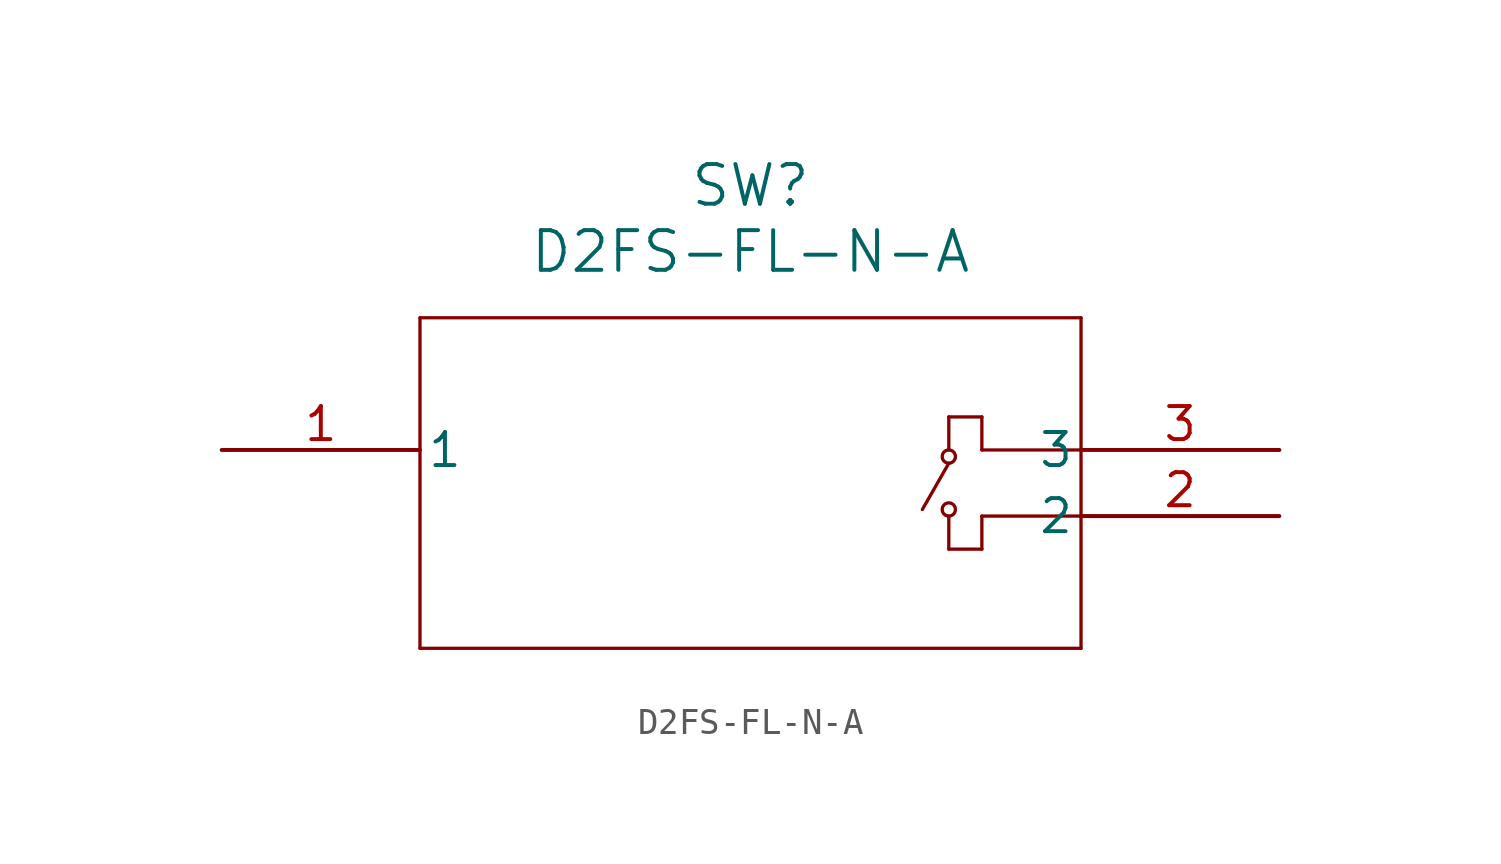
<source format=kicad_sym>
(kicad_symbol_lib
  (version 20211014)
  (generator kicad_symbol_editor)
  (symbol "D2FS-FL-N-A"
    (pin_names
      (offset 0.254))
    (property "Reference" "SW"
      (at 20.32 10.16 0)
      (effects (font (size 1.524 1.524))))
    (property "Value" "D2FS-FL-N-A"
      (at 20.32 7.62 0)
      (effects (font (size 1.524 1.524))))
    (symbol "D2FS-FL-N-A_0_1"
      (polyline (pts (xy 7.62 5.08) (xy 7.62 -7.62)) (stroke (width 0.127) (type default) (color 0 0 0 0)) (fill (type none)))
      (polyline (pts (xy 7.62 -7.62) (xy 33.02 -7.62)) (stroke (width 0.127) (type default) (color 0 0 0 0)) (fill (type none)))
      (polyline (pts (xy 33.02 -7.62) (xy 33.02 5.08)) (stroke (width 0.127) (type default) (color 0 0 0 0)) (fill (type none)))
      (polyline (pts (xy 33.02 5.08) (xy 7.62 5.08)) (stroke (width 0.127) (type default) (color 0 0 0 0)) (fill (type none)))
      (polyline (pts (xy 33.02 -2.54) (xy 29.21 -2.54)) (stroke (width 0.127) (type default) (color 0 0 0 0)) (fill (type none)))
      (polyline (pts (xy 33.02 0) (xy 29.21 0)) (stroke (width 0.127) (type default) (color 0 0 0 0)) (fill (type none)))
      (polyline (pts (xy 27.94 1.27) (xy 27.94 0)) (stroke (width 0.127) (type default) (color 0 0 0 0)) (fill (type none)))
      (polyline (pts (xy 27.94 -2.54) (xy 27.94 -3.81)) (stroke (width 0.127) (type default) (color 0 0 0 0)) (fill (type none)))
      (circle (center 27.94 -0.254) (radius 0.254) (stroke (width 0.127) (type default) (color 0 0 0 0)) (fill (type none)))
      (circle (center 27.94 -2.286) (radius 0.254) (stroke (width 0.127) (type default) (color 0 0 0 0)) (fill (type none)))
      (polyline (pts (xy 27.94 -0.508) (xy 26.924 -2.286)) (stroke (width 0.127) (type default) (color 0 0 0 0)) (fill (type none)))
      (polyline (pts (xy 29.21 0) (xy 29.21 1.27)) (stroke (width 0.127) (type default) (color 0 0 0 0)) (fill (type none)))
      (polyline (pts (xy 29.21 1.27) (xy 27.94 1.27)) (stroke (width 0.127) (type default) (color 0 0 0 0)) (fill (type none)))
      (polyline (pts (xy 29.21 -2.54) (xy 29.21 -3.81)) (stroke (width 0.127) (type default) (color 0 0 0 0)) (fill (type none)))
      (polyline (pts (xy 29.21 -3.81) (xy 27.94 -3.81)) (stroke (width 0.127) (type default) (color 0 0 0 0)) (fill (type none)))
      (pin unspecified line (at 0 0 0) (length 7.62) (name "1" (effects (font (size 1.27 1.27)))) (number "1" (effects (font (size 1.27 1.27)))))
      (pin unspecified line (at 40.64 -2.54 180) (length 7.62) (name "2" (effects (font (size 1.27 1.27)))) (number "2" (effects (font (size 1.27 1.27)))))
      (pin unspecified line (at 40.64 0 180) (length 7.62) (name "3" (effects (font (size 1.27 1.27)))) (number "3" (effects (font (size 1.27 1.27))))))))
</source>
